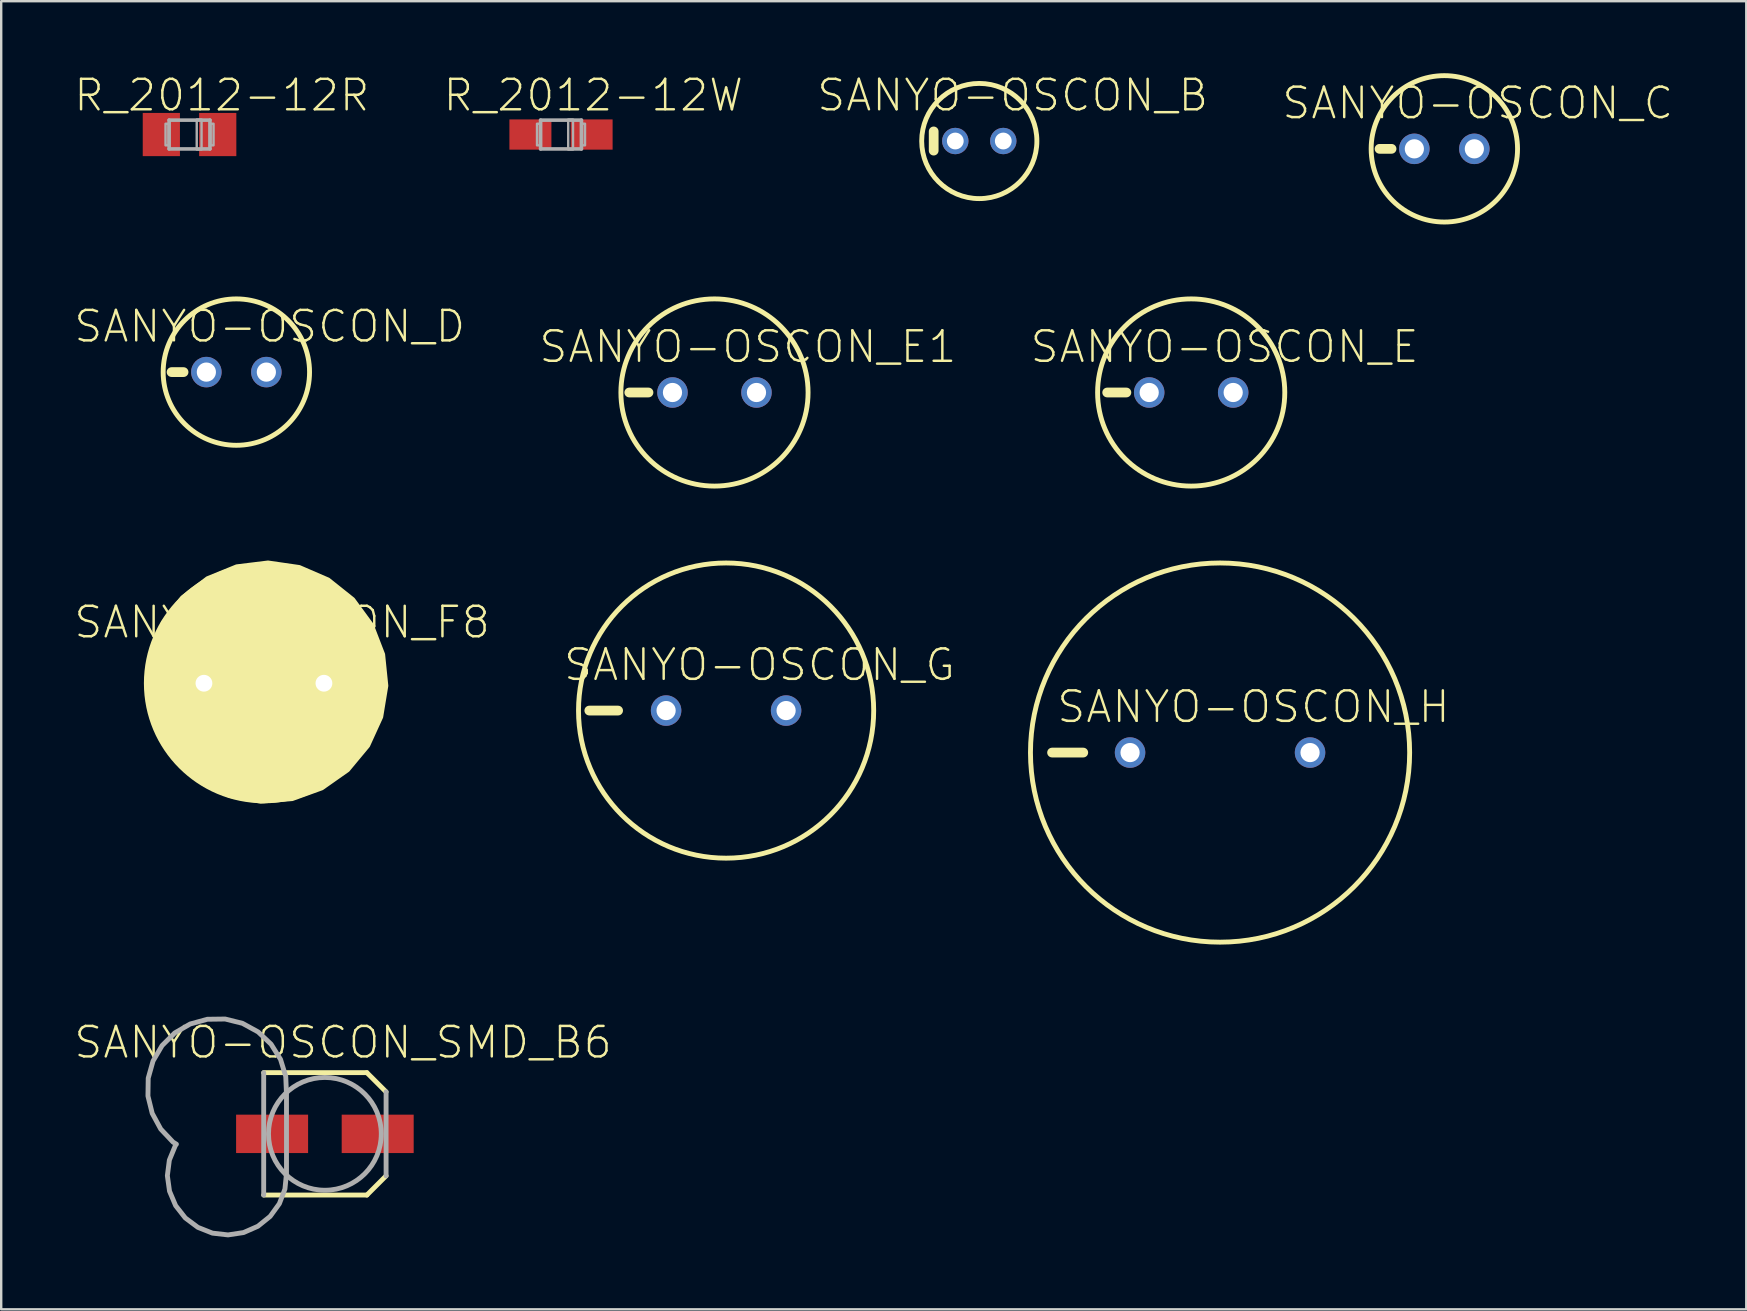
<source format=kicad_pcb>
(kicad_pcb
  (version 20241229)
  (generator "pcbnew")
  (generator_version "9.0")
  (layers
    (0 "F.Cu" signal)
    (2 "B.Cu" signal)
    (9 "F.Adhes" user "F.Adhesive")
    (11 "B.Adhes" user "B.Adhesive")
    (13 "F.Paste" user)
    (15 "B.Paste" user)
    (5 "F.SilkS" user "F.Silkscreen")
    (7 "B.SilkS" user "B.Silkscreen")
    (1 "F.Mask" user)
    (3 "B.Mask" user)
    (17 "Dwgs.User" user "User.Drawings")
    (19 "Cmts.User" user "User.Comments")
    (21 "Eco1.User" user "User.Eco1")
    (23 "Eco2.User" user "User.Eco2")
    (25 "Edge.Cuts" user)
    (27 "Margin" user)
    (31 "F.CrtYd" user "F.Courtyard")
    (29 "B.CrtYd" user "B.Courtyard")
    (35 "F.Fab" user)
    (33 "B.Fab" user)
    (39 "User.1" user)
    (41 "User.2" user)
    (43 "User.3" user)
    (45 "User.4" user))
  (footprint "SANYO-OSCON_H"
    (layer "F.Cu")
    (at 47.789 28.309)
    (property "Reference" "SANYO-OSCON_H" (at 1.391 -1.905 0) (layer "F.SilkS") (effects (font (size 1.27 1.27) (thickness 0.102))))
    (attr through_hole)
    (fp_line (start -7 0) (end -5.7 0) (stroke (width 0.406) (type solid)) (layer "F.SilkS"))
    (fp_circle (center 0 0) (end 7.9 0) (stroke (width 0.203) (type solid)) (fill no) (layer "F.SilkS"))
    (pad "+" thru_hole circle (at 3.75 0) (size 1.27 1.27) (drill 0.8) (layers "*.Cu" "*.Mask"))
    (pad "-" thru_hole circle (at -3.75 0) (size 1.27 1.27) (drill 0.8) (layers "*.Cu" "*.Mask")))
  (footprint "SANYO-OSCON_C"
    (layer "F.Cu")
    (at 57.135 3.152)
    (property "Reference" "SANYO-OSCON_C" (at 1.391 -1.905 0) (layer "F.SilkS") (effects (font (size 1.27 1.27) (thickness 0.102))))
    (attr through_hole)
    (fp_line (start -2.2 0) (end -2.7 0) (stroke (width 0.406) (type solid)) (layer "F.SilkS"))
    (fp_circle (center 0 0) (end 3.05 0) (stroke (width 0.203) (type solid)) (fill no) (layer "F.SilkS"))
    (pad "+" thru_hole circle (at 1.25 0) (size 1.27 1.27) (drill 0.8) (layers "*.Cu" "*.Mask"))
    (pad "-" thru_hole circle (at -1.25 0) (size 1.27 1.27) (drill 0.8) (layers "*.Cu" "*.Mask")))
  (footprint "SANYO-OSCON_D"
    (layer "F.Cu")
    (at 6.799 12.455)
    (property "Reference" "SANYO-OSCON_D" (at 1.391 -1.905 0) (layer "F.SilkS") (effects (font (size 1.27 1.27) (thickness 0.102))))
    (attr through_hole)
    (fp_line (start -2.2 0) (end -2.7 0) (stroke (width 0.406) (type solid)) (layer "F.SilkS"))
    (fp_circle (center 0 0) (end 3.05 0) (stroke (width 0.203) (type solid)) (fill no) (layer "F.SilkS"))
    (pad "+" thru_hole circle (at 1.25 0) (size 1.27 1.27) (drill 0.8) (layers "*.Cu" "*.Mask"))
    (pad "-" thru_hole circle (at -1.25 0) (size 1.27 1.27) (drill 0.8) (layers "*.Cu" "*.Mask")))
  (footprint "R_2012-12W"
    (layer "F.Cu")
    (at 20.327 2.556)
    (property "Reference" "R_2012-12W" (at 1.346 -1.635 0) (layer "F.SilkS") (effects (font (size 1.27 1.27) (thickness 0.102))))
    (attr through_hole)
    (fp_line (start -0.85 -0.6) (end 0.85 -0.6) (stroke (width 0.15) (type solid)) (layer "F.Fab"))
    (fp_line (start -0.85 0.6) (end -0.85 -0.6) (stroke (width 0.15) (type solid)) (layer "F.Fab"))
    (fp_line (start 0.85 -0.6) (end 0.85 0.6) (stroke (width 0.15) (type solid)) (layer "F.Fab"))
    (fp_line (start 0.85 0.6) (end -0.85 0.6) (stroke (width 0.15) (type solid)) (layer "F.Fab"))
    (fp_poly (pts (xy -1 -0.45) (xy -0.875 -0.45) (xy -0.875 0.45) (xy -1 0.45)) (stroke (width 0.1) (type solid)) (fill no) (layer "F.Fab"))
    (fp_poly (pts (xy 0.3 -0.625) (xy 0.5 -0.625) (xy 0.5 0.625) (xy 0.3 0.625)) (stroke (width 0.1) (type solid)) (fill no) (layer "F.Fab"))
    (fp_poly (pts (xy 0.875 -0.45) (xy 1 -0.45) (xy 1 0.45) (xy 0.875 0.45)) (stroke (width 0.1) (type solid)) (fill no) (layer "F.Fab"))
    (pad "+" smd rect (at 1.275 0) (size 1.75 1.26) (layers "F.Cu" "F.Mask" "F.Paste"))
    (pad "-" smd rect (at -1.275 0) (size 1.75 1.26) (layers "F.Cu" "F.Mask" "F.Paste")))
  (footprint "SANYO-OSCON_G"
    (layer "F.Cu")
    (at 27.206 26.559)
    (property "Reference" "SANYO-OSCON_G" (at 1.391 -1.905 0) (layer "F.SilkS") (effects (font (size 1.27 1.27) (thickness 0.102))))
    (attr through_hole)
    (fp_line (start -4.5 0) (end -5.7 0) (stroke (width 0.406) (type solid)) (layer "F.SilkS"))
    (fp_circle (center 0 0) (end 6.15 0) (stroke (width 0.203) (type solid)) (fill no) (layer "F.SilkS"))
    (pad "+" thru_hole circle (at 2.5 0) (size 1.27 1.27) (drill 0.8) (layers "*.Cu" "*.Mask"))
    (pad "-" thru_hole circle (at -2.5 0) (size 1.27 1.27) (drill 0.8) (layers "*.Cu" "*.Mask")))
  (footprint "SANYO-OSCON_SMD_B6"
    (layer "F.Cu")
    (at 10.488 44.197)
    (property "Reference" "SANYO-OSCON_SMD_B6" (at 0.756 -3.81 0) (layer "F.SilkS") (effects (font (size 1.27 1.27) (thickness 0.102))))
    (attr through_hole)
    (fp_line (start -2.55 -2.55) (end 1.75 -2.55) (stroke (width 0.203) (type solid)) (layer "F.SilkS"))
    (fp_line (start 1.75 -2.55) (end 2.55 -1.75) (stroke (width 0.203) (type solid)) (layer "F.SilkS"))
    (fp_line (start 1.75 2.55) (end -2.55 2.55) (stroke (width 0.203) (type solid)) (layer "F.SilkS"))
    (fp_line (start 2.55 1.75) (end 1.75 2.55) (stroke (width 0.203) (type solid)) (layer "F.SilkS"))
    (fp_line (start -2.55 2.55) (end -2.55 -2.55) (stroke (width 0.203) (type solid)) (layer "F.Fab"))
    (fp_line (start 2.55 -1.75) (end 2.55 1.75) (stroke (width 0.203) (type solid)) (layer "F.Fab"))
    (fp_circle (center 0 0) (end 2.35 0) (stroke (width 0.203) (type solid)) (fill no) (layer "F.Fab"))
    (fp_poly (pts (xy -1.6 1.65) (xy -1.6 -1.65) (xy -1.631 -2.393) (xy -1.849 -3.104) (xy -2.242 -3.736) (xy -2.781 -4.247) (xy -3.434 -4.605) (xy -4.155 -4.785) (xy -4.899 -4.775) (xy -5.616 -4.577) (xy -6.259 -4.203) (xy -6.785 -3.678) (xy -7.161 -3.036) (xy -7.362 -2.32) (xy -7.373 -1.576) (xy -7.195 -0.854) (xy -6.84 -0.2) (xy -6.33 0.341) (xy -5.699 0.735) (xy -4.989 0.955) (xy -4.246 0.988) (xy -3.519 0.831) (xy -2.856 0.494) (xy -2.3 0) (xy -2.813 -0.405) (xy -3.414 -0.662) (xy -4.061 -0.753) (xy -4.71 -0.673) (xy -5.315 -0.425) (xy -5.834 -0.029) (xy -6.232 0.489) (xy -6.481 1.094) (xy -6.564 1.742) (xy -6.474 2.389) (xy -6.219 2.991) (xy -5.816 3.505) (xy -5.292 3.896) (xy -4.685 4.137) (xy -4.035 4.211) (xy -3.389 4.113) (xy -2.791 3.85) (xy -2.282 3.44) (xy -1.898 2.911) (xy -1.665 2.3) (xy -1.6 1.65)) (stroke (width 0.203) (type solid)) (fill no) (layer "F.Fab"))
    (pad "+" smd rect (at 2.2 0) (size 3 1.6) (layers "F.Cu" "F.Mask" "F.Paste"))
    (pad "-" smd rect (at -2.2 0) (size 3 1.6) (layers "F.Cu" "F.Mask" "F.Paste")))
  (footprint "SANYO-OSCON_E"
    (layer "F.Cu")
    (at 46.586 13.305)
    (property "Reference" "SANYO-OSCON_E" (at 1.391 -1.905 0) (layer "F.SilkS") (effects (font (size 1.27 1.27) (thickness 0.102))))
    (attr through_hole)
    (fp_line (start -3.5 0) (end -2.7 0) (stroke (width 0.406) (type solid)) (layer "F.SilkS"))
    (fp_circle (center 0 0) (end 3.9 0) (stroke (width 0.203) (type solid)) (fill no) (layer "F.SilkS"))
    (pad "+" thru_hole circle (at 1.75 0) (size 1.27 1.27) (drill 0.8) (layers "*.Cu" "*.Mask"))
    (pad "-" thru_hole circle (at -1.75 0) (size 1.27 1.27) (drill 0.8) (layers "*.Cu" "*.Mask")))
  (footprint "R_2012-12R"
    (layer "F.Cu")
    (at 4.848 2.556)
    (property "Reference" "R_2012-12R" (at 1.346 -1.635 0) (layer "F.SilkS") (effects (font (size 1.27 1.27) (thickness 0.102))))
    (attr through_hole)
    (fp_line (start -0.85 -0.6) (end 0.85 -0.6) (stroke (width 0.15) (type solid)) (layer "F.Fab"))
    (fp_line (start -0.85 0.6) (end -0.85 -0.6) (stroke (width 0.15) (type solid)) (layer "F.Fab"))
    (fp_line (start 0.85 -0.6) (end 0.85 0.6) (stroke (width 0.15) (type solid)) (layer "F.Fab"))
    (fp_line (start 0.85 0.6) (end -0.85 0.6) (stroke (width 0.15) (type solid)) (layer "F.Fab"))
    (fp_poly (pts (xy -1 -0.45) (xy -0.875 -0.45) (xy -0.875 0.45) (xy -1 0.45)) (stroke (width 0.1) (type solid)) (fill no) (layer "F.Fab"))
    (fp_poly (pts (xy 0.3 -0.625) (xy 0.5 -0.625) (xy 0.5 0.625) (xy 0.3 0.625)) (stroke (width 0.1) (type solid)) (fill no) (layer "F.Fab"))
    (fp_poly (pts (xy 0.875 -0.45) (xy 1 -0.45) (xy 1 0.45) (xy 0.875 0.45)) (stroke (width 0.1) (type solid)) (fill no) (layer "F.Fab"))
    (pad "+" smd rect (at 1.175 0) (size 1.55 1.8) (layers "F.Cu" "F.Mask" "F.Paste"))
    (pad "-" smd rect (at -1.175 0) (size 1.55 1.8) (layers "F.Cu" "F.Mask" "F.Paste")))
  (footprint "SANYO-OSCON_B"
    (layer "F.Cu")
    (at 37.756 2.826)
    (property "Reference" "SANYO-OSCON_B" (at 1.391 -1.905 0) (layer "F.SilkS") (effects (font (size 1.27 1.27) (thickness 0.102))))
    (attr through_hole)
    (fp_line (start -1.9 0.4) (end -1.9 -0.4) (stroke (width 0.406) (type solid)) (layer "F.SilkS"))
    (fp_circle (center 0 0) (end 2.4 0) (stroke (width 0.203) (type solid)) (fill no) (layer "F.SilkS"))
    (pad "+" thru_hole circle (at 1 0) (size 1.1 1.1) (drill 0.7) (layers "*.Cu" "*.Mask"))
    (pad "-" thru_hole circle (at -1 0) (size 1.1 1.1) (drill 0.7) (layers "*.Cu" "*.Mask")))
  (footprint "SANYO-OSCON_F8"
    (layer "F.Cu")
    (at 7.948 25.42)
    (property "Reference" "SANYO-OSCON_F8" (at 0.756 -2.54 0) (layer "F.SilkS") (effects (font (size 1.27 1.27) (thickness 0.102))))
    (attr through_hole)
    (fp_circle (center 0 0) (end 4.9 0) (stroke (width 0.203) (type solid)) (fill no) (layer "F.SilkS"))
    (fp_poly (pts (xy -3.6 -3.2) (xy -3.6 3.25) (xy -2.607 4.109) (xy -1.424 4.677) (xy -0.133 4.916) (xy 1.176 4.808) (xy 2.41 4.361) (xy 3.484 3.606) (xy 4.323 2.596) (xy 4.868 1.402) (xy 5.081 0.106) (xy 4.948 -1.2) (xy 4.476 -2.425) (xy 3.7 -3.484) (xy 2.674 -4.303) (xy 1.469 -4.824) (xy 0.17 -5.012) (xy -1.133 -4.852) (xy -2.349 -4.357) (xy -3.392 -3.56) (xy -4.191 -2.518) (xy -4.688 -1.303) (xy -4.85 -0.000001) (xy -4.693 1.264) (xy -4.211 2.443) (xy -3.437 3.455) (xy -2.426 4.23) (xy -1.247 4.713) (xy 0.017 4.871) (xy 1.278 4.693) (xy 2.449 4.191) (xy 3.448 3.401) (xy 4.206 2.377) (xy 4.669 1.19) (xy 4.806 -0.076) (xy 4.607 -1.334) (xy 4.086 -2.497) (xy 3.28 -3.482) (xy 2.243 -4.223) (xy 1.049 -4.667) (xy -0.219 -4.783) (xy -1.474 -4.563) (xy -2.628 -4.023) (xy -3.6 -3.2)) (stroke (width 0.203) (type solid)) (fill yes) (layer "F.SilkS"))
    (pad "+" thru_hole circle (at 2.5 0) (size 1.27 1.27) (drill 0.7) (layers "*.Cu" "*.Mask"))
    (pad "-" thru_hole circle (at -2.5 0) (size 1.27 1.27) (drill 0.7) (layers "*.Cu" "*.Mask")))
  (footprint "SANYO-OSCON_E1"
    (layer "F.Cu")
    (at 26.722 13.305)
    (property "Reference" "SANYO-OSCON_E1" (at 1.391 -1.905 0) (layer "F.SilkS") (effects (font (size 1.27 1.27) (thickness 0.102))))
    (attr through_hole)
    (fp_line (start -3.55 0) (end -2.75 0) (stroke (width 0.406) (type solid)) (layer "F.SilkS"))
    (fp_circle (center 0 0) (end 3.9 0) (stroke (width 0.203) (type solid)) (fill no) (layer "F.SilkS"))
    (pad "+" thru_hole circle (at 1.75 0) (size 1.27 1.27) (drill 0.8) (layers "*.Cu" "*.Mask"))
    (pad "-" thru_hole circle (at -1.75 0) (size 1.27 1.27) (drill 0.8) (layers "*.Cu" "*.Mask")))
  (gr_rect
    (start -3 -3)
    (end 69.716 51.51)
    (stroke (width 0.1) (type default))
    (fill no)
    (layer "Edge.Cuts")))
</source>
